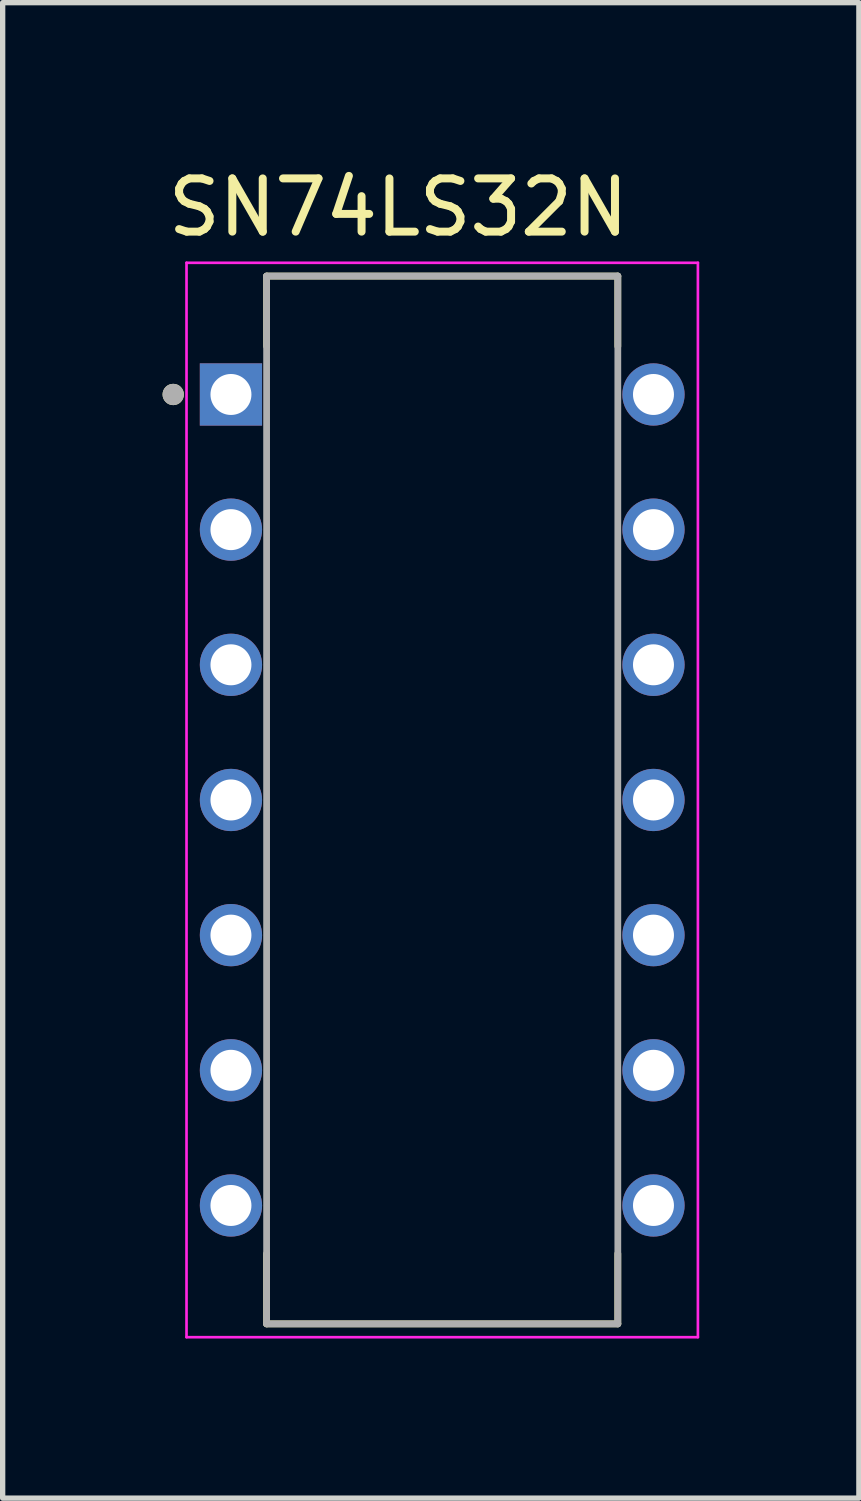
<source format=kicad_pcb>
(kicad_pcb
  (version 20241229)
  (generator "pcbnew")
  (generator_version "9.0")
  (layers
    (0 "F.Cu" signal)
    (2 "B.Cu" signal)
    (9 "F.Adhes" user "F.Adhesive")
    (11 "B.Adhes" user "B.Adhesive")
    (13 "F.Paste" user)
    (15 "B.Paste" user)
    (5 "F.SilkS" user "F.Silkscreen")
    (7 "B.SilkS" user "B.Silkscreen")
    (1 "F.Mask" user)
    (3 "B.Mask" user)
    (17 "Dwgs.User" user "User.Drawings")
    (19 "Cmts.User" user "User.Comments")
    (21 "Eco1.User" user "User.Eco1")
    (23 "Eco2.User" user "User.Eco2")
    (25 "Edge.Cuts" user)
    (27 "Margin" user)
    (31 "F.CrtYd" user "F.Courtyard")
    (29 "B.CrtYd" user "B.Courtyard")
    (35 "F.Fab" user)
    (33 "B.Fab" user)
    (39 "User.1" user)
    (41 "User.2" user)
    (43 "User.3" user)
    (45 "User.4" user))
  (footprint "SN74LS32N"
    (layer "F.Cu")
    (at 5.26 11.983)
    (property "Reference" "SN74LS32N" (at -0.825 -11.135 0) (layer "F.SilkS") (effects (font (size 1 1) (thickness 0.15))))
    (attr through_hole)
    (fp_line (start -3.3 -9.845) (end 3.3 -9.845) (stroke (width 0.127) (type solid)) (layer "F.SilkS"))
    (fp_line (start -3.3 -8.525) (end -3.3 -9.845) (stroke (width 0.127) (type solid)) (layer "F.SilkS"))
    (fp_line (start -3.3 9.845) (end -3.3 8.525) (stroke (width 0.127) (type solid)) (layer "F.SilkS"))
    (fp_line (start 3.3 -9.845) (end 3.3 -8.525) (stroke (width 0.127) (type solid)) (layer "F.SilkS"))
    (fp_line (start 3.3 8.525) (end 3.3 9.845) (stroke (width 0.127) (type solid)) (layer "F.SilkS"))
    (fp_line (start 3.3 9.845) (end -3.3 9.845) (stroke (width 0.127) (type solid)) (layer "F.SilkS"))
    (fp_circle (center -5.055 -7.62) (end -4.955 -7.62) (stroke (width 0.2) (type solid)) (fill no) (layer "F.SilkS"))
    (fp_line (start -4.805 -10.095) (end -4.805 10.095) (stroke (width 0.05) (type solid)) (layer "F.CrtYd"))
    (fp_line (start 4.805 -10.095) (end -4.805 -10.095) (stroke (width 0.05) (type solid)) (layer "F.CrtYd"))
    (fp_line (start 4.805 -10.095) (end 4.805 10.095) (stroke (width 0.05) (type solid)) (layer "F.CrtYd"))
    (fp_line (start 4.805 10.095) (end -4.805 10.095) (stroke (width 0.05) (type solid)) (layer "F.CrtYd"))
    (fp_line (start -3.3 -9.845) (end -3.3 9.845) (stroke (width 0.127) (type solid)) (layer "F.Fab"))
    (fp_line (start -3.3 -9.845) (end 3.3 -9.845) (stroke (width 0.127) (type solid)) (layer "F.Fab"))
    (fp_line (start -3.3 9.845) (end 3.3 9.845) (stroke (width 0.127) (type solid)) (layer "F.Fab"))
    (fp_line (start 3.3 -9.845) (end 3.3 9.845) (stroke (width 0.127) (type solid)) (layer "F.Fab"))
    (fp_circle (center -5.055 -7.62) (end -4.955 -7.62) (stroke (width 0.2) (type solid)) (fill no) (layer "F.Fab"))
    (pad "1" thru_hole rect (at -3.97 -7.62) (size 1.17 1.17) (drill 0.77) (layers "*.Cu" "*.Mask"))
    (pad "2" thru_hole circle (at -3.97 -5.08) (size 1.17 1.17) (drill 0.77) (layers "*.Cu" "*.Mask"))
    (pad "3" thru_hole circle (at -3.97 -2.54) (size 1.17 1.17) (drill 0.77) (layers "*.Cu" "*.Mask"))
    (pad "4" thru_hole circle (at -3.97 0) (size 1.17 1.17) (drill 0.77) (layers "*.Cu" "*.Mask"))
    (pad "5" thru_hole circle (at -3.97 2.54) (size 1.17 1.17) (drill 0.77) (layers "*.Cu" "*.Mask"))
    (pad "6" thru_hole circle (at -3.97 5.08) (size 1.17 1.17) (drill 0.77) (layers "*.Cu" "*.Mask"))
    (pad "7" thru_hole circle (at -3.97 7.62) (size 1.17 1.17) (drill 0.77) (layers "*.Cu" "*.Mask"))
    (pad "8" thru_hole circle (at 3.97 7.62) (size 1.17 1.17) (drill 0.77) (layers "*.Cu" "*.Mask"))
    (pad "9" thru_hole circle (at 3.97 5.08) (size 1.17 1.17) (drill 0.77) (layers "*.Cu" "*.Mask"))
    (pad "10" thru_hole circle (at 3.97 2.54) (size 1.17 1.17) (drill 0.77) (layers "*.Cu" "*.Mask"))
    (pad "11" thru_hole circle (at 3.97 0) (size 1.17 1.17) (drill 0.77) (layers "*.Cu" "*.Mask"))
    (pad "12" thru_hole circle (at 3.97 -2.54) (size 1.17 1.17) (drill 0.77) (layers "*.Cu" "*.Mask"))
    (pad "13" thru_hole circle (at 3.97 -5.08) (size 1.17 1.17) (drill 0.77) (layers "*.Cu" "*.Mask"))
    (pad "14" thru_hole circle (at 3.97 -7.62) (size 1.17 1.17) (drill 0.77) (layers "*.Cu" "*.Mask")))
  (gr_rect
    (start -3 -3)
    (end 13.09 25.103)
    (stroke (width 0.1) (type default))
    (fill no)
    (layer "Edge.Cuts")))
</source>
